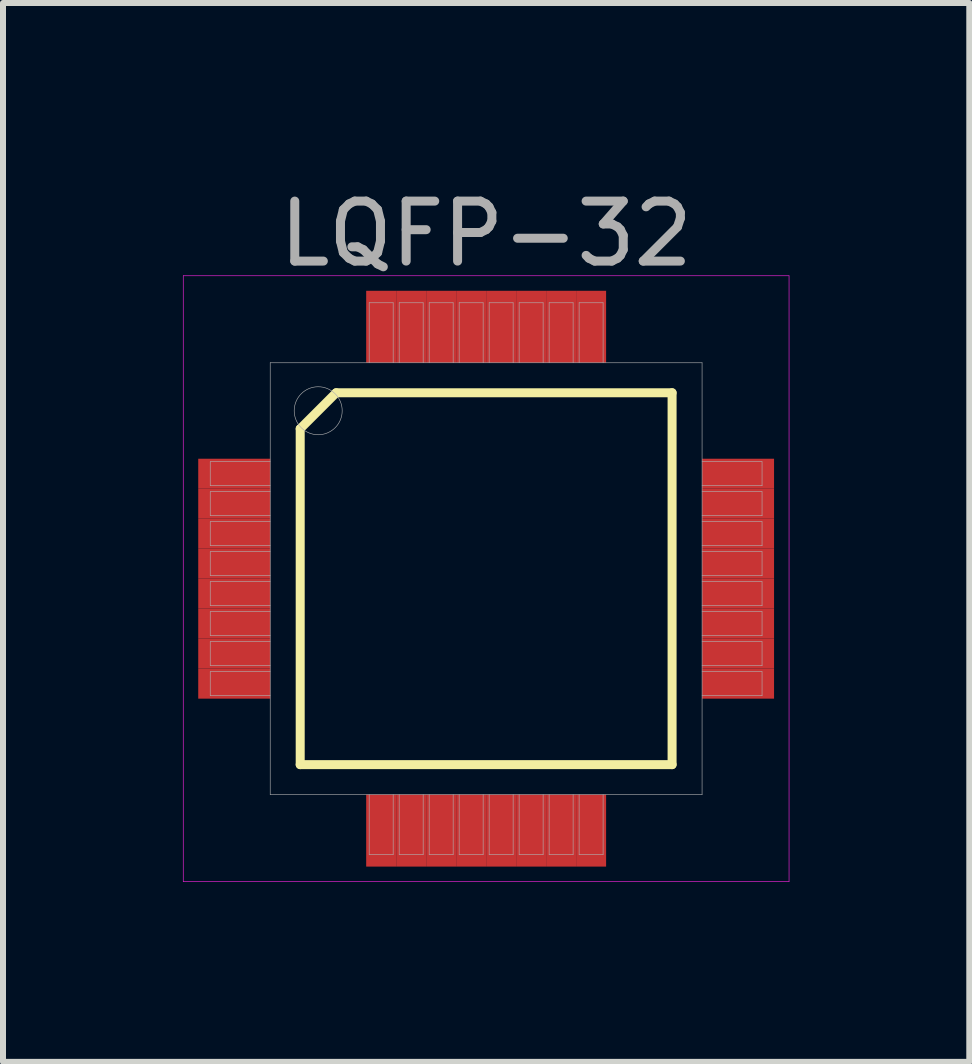
<source format=kicad_pcb>
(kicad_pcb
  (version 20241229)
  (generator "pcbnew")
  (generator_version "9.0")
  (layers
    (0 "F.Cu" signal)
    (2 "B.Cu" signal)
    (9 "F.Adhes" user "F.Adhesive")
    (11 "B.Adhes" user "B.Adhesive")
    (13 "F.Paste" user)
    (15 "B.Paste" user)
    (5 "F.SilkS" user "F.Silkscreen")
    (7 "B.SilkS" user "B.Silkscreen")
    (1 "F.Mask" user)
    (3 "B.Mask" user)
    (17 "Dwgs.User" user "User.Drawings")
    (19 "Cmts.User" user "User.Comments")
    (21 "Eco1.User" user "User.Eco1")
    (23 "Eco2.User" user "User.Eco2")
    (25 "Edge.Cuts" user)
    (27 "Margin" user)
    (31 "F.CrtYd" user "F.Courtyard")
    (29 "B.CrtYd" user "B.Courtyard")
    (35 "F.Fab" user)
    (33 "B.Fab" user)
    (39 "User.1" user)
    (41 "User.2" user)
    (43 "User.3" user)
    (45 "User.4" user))
  (footprint "LQFP-32"
    (layer "F.Cu")
    (at 5.055 6.598)
    (property "Reference" "LQFP-32" (at 0 -5.75 0) (layer "F.Fab") (effects (font (size 1 1) (thickness 0.15))))
    (attr through_hole)
    (fp_line (start -3.1 -2.5) (end -2.5 -3.1) (stroke (width 0.15) (type solid)) (layer "F.SilkS"))
    (fp_line (start -3.1 3.1) (end -3.1 -2.5) (stroke (width 0.15) (type solid)) (layer "F.SilkS"))
    (fp_line (start -2.5 -3.1) (end 3.1 -3.1) (stroke (width 0.15) (type solid)) (layer "F.SilkS"))
    (fp_line (start 3.1 -3.1) (end 3.1 3.1) (stroke (width 0.15) (type solid)) (layer "F.SilkS"))
    (fp_line (start 3.1 3.1) (end -3.1 3.1) (stroke (width 0.15) (type solid)) (layer "F.SilkS"))
    (fp_line (start -5.05 -5.05) (end 5.05 -5.05) (stroke (width 0.01) (type solid)) (layer "F.CrtYd"))
    (fp_line (start -5.05 5.05) (end -5.05 -5.05) (stroke (width 0.01) (type solid)) (layer "F.CrtYd"))
    (fp_line (start 5.05 -5.05) (end 5.05 5.05) (stroke (width 0.01) (type solid)) (layer "F.CrtYd"))
    (fp_line (start 5.05 5.05) (end -5.05 5.05) (stroke (width 0.01) (type solid)) (layer "F.CrtYd"))
    (fp_line (start -4.6 -1.95) (end -3.6 -1.95) (stroke (width 0.01) (type solid)) (layer "F.Fab"))
    (fp_line (start -4.6 -1.55) (end -4.6 -1.95) (stroke (width 0.01) (type solid)) (layer "F.Fab"))
    (fp_line (start -4.6 -1.45) (end -3.6 -1.45) (stroke (width 0.01) (type solid)) (layer "F.Fab"))
    (fp_line (start -4.6 -1.05) (end -4.6 -1.45) (stroke (width 0.01) (type solid)) (layer "F.Fab"))
    (fp_line (start -4.6 -0.95) (end -3.6 -0.95) (stroke (width 0.01) (type solid)) (layer "F.Fab"))
    (fp_line (start -4.6 -0.55) (end -4.6 -0.95) (stroke (width 0.01) (type solid)) (layer "F.Fab"))
    (fp_line (start -4.6 -0.45) (end -3.6 -0.45) (stroke (width 0.01) (type solid)) (layer "F.Fab"))
    (fp_line (start -4.6 -0.05) (end -4.6 -0.45) (stroke (width 0.01) (type solid)) (layer "F.Fab"))
    (fp_line (start -4.6 0.05) (end -3.6 0.05) (stroke (width 0.01) (type solid)) (layer "F.Fab"))
    (fp_line (start -4.6 0.45) (end -4.6 0.05) (stroke (width 0.01) (type solid)) (layer "F.Fab"))
    (fp_line (start -4.6 0.55) (end -3.6 0.55) (stroke (width 0.01) (type solid)) (layer "F.Fab"))
    (fp_line (start -4.6 0.95) (end -4.6 0.55) (stroke (width 0.01) (type solid)) (layer "F.Fab"))
    (fp_line (start -4.6 1.05) (end -3.6 1.05) (stroke (width 0.01) (type solid)) (layer "F.Fab"))
    (fp_line (start -4.6 1.45) (end -4.6 1.05) (stroke (width 0.01) (type solid)) (layer "F.Fab"))
    (fp_line (start -4.6 1.55) (end -3.6 1.55) (stroke (width 0.01) (type solid)) (layer "F.Fab"))
    (fp_line (start -4.6 1.95) (end -4.6 1.55) (stroke (width 0.01) (type solid)) (layer "F.Fab"))
    (fp_line (start -3.6 -3.6) (end 3.6 -3.6) (stroke (width 0.01) (type solid)) (layer "F.Fab"))
    (fp_line (start -3.6 -1.55) (end -4.6 -1.55) (stroke (width 0.01) (type solid)) (layer "F.Fab"))
    (fp_line (start -3.6 -1.05) (end -4.6 -1.05) (stroke (width 0.01) (type solid)) (layer "F.Fab"))
    (fp_line (start -3.6 -0.55) (end -4.6 -0.55) (stroke (width 0.01) (type solid)) (layer "F.Fab"))
    (fp_line (start -3.6 -0.05) (end -4.6 -0.05) (stroke (width 0.01) (type solid)) (layer "F.Fab"))
    (fp_line (start -3.6 0.45) (end -4.6 0.45) (stroke (width 0.01) (type solid)) (layer "F.Fab"))
    (fp_line (start -3.6 0.95) (end -4.6 0.95) (stroke (width 0.01) (type solid)) (layer "F.Fab"))
    (fp_line (start -3.6 1.45) (end -4.6 1.45) (stroke (width 0.01) (type solid)) (layer "F.Fab"))
    (fp_line (start -3.6 1.95) (end -4.6 1.95) (stroke (width 0.01) (type solid)) (layer "F.Fab"))
    (fp_line (start -3.6 3.6) (end -3.6 -3.6) (stroke (width 0.01) (type solid)) (layer "F.Fab"))
    (fp_line (start -1.95 -4.6) (end -1.55 -4.6) (stroke (width 0.01) (type solid)) (layer "F.Fab"))
    (fp_line (start -1.95 -3.6) (end -1.95 -4.6) (stroke (width 0.01) (type solid)) (layer "F.Fab"))
    (fp_line (start -1.95 4.6) (end -1.95 3.6) (stroke (width 0.01) (type solid)) (layer "F.Fab"))
    (fp_line (start -1.55 -4.6) (end -1.55 -3.6) (stroke (width 0.01) (type solid)) (layer "F.Fab"))
    (fp_line (start -1.55 3.6) (end -1.55 4.6) (stroke (width 0.01) (type solid)) (layer "F.Fab"))
    (fp_line (start -1.55 4.6) (end -1.95 4.6) (stroke (width 0.01) (type solid)) (layer "F.Fab"))
    (fp_line (start -1.45 -4.6) (end -1.05 -4.6) (stroke (width 0.01) (type solid)) (layer "F.Fab"))
    (fp_line (start -1.45 -3.6) (end -1.45 -4.6) (stroke (width 0.01) (type solid)) (layer "F.Fab"))
    (fp_line (start -1.45 4.6) (end -1.45 3.6) (stroke (width 0.01) (type solid)) (layer "F.Fab"))
    (fp_line (start -1.05 -4.6) (end -1.05 -3.6) (stroke (width 0.01) (type solid)) (layer "F.Fab"))
    (fp_line (start -1.05 3.6) (end -1.05 4.6) (stroke (width 0.01) (type solid)) (layer "F.Fab"))
    (fp_line (start -1.05 4.6) (end -1.45 4.6) (stroke (width 0.01) (type solid)) (layer "F.Fab"))
    (fp_line (start -0.95 -4.6) (end -0.55 -4.6) (stroke (width 0.01) (type solid)) (layer "F.Fab"))
    (fp_line (start -0.95 -3.6) (end -0.95 -4.6) (stroke (width 0.01) (type solid)) (layer "F.Fab"))
    (fp_line (start -0.95 4.6) (end -0.95 3.6) (stroke (width 0.01) (type solid)) (layer "F.Fab"))
    (fp_line (start -0.55 -4.6) (end -0.55 -3.6) (stroke (width 0.01) (type solid)) (layer "F.Fab"))
    (fp_line (start -0.55 3.6) (end -0.55 4.6) (stroke (width 0.01) (type solid)) (layer "F.Fab"))
    (fp_line (start -0.55 4.6) (end -0.95 4.6) (stroke (width 0.01) (type solid)) (layer "F.Fab"))
    (fp_line (start -0.45 -4.6) (end -0.05 -4.6) (stroke (width 0.01) (type solid)) (layer "F.Fab"))
    (fp_line (start -0.45 -3.6) (end -0.45 -4.6) (stroke (width 0.01) (type solid)) (layer "F.Fab"))
    (fp_line (start -0.45 4.6) (end -0.45 3.6) (stroke (width 0.01) (type solid)) (layer "F.Fab"))
    (fp_line (start -0.05 -4.6) (end -0.05 -3.6) (stroke (width 0.01) (type solid)) (layer "F.Fab"))
    (fp_line (start -0.05 3.6) (end -0.05 4.6) (stroke (width 0.01) (type solid)) (layer "F.Fab"))
    (fp_line (start -0.05 4.6) (end -0.45 4.6) (stroke (width 0.01) (type solid)) (layer "F.Fab"))
    (fp_line (start 0.05 -4.6) (end 0.45 -4.6) (stroke (width 0.01) (type solid)) (layer "F.Fab"))
    (fp_line (start 0.05 -3.6) (end 0.05 -4.6) (stroke (width 0.01) (type solid)) (layer "F.Fab"))
    (fp_line (start 0.05 4.6) (end 0.05 3.6) (stroke (width 0.01) (type solid)) (layer "F.Fab"))
    (fp_line (start 0.45 -4.6) (end 0.45 -3.6) (stroke (width 0.01) (type solid)) (layer "F.Fab"))
    (fp_line (start 0.45 3.6) (end 0.45 4.6) (stroke (width 0.01) (type solid)) (layer "F.Fab"))
    (fp_line (start 0.45 4.6) (end 0.05 4.6) (stroke (width 0.01) (type solid)) (layer "F.Fab"))
    (fp_line (start 0.55 -4.6) (end 0.95 -4.6) (stroke (width 0.01) (type solid)) (layer "F.Fab"))
    (fp_line (start 0.55 -3.6) (end 0.55 -4.6) (stroke (width 0.01) (type solid)) (layer "F.Fab"))
    (fp_line (start 0.55 4.6) (end 0.55 3.6) (stroke (width 0.01) (type solid)) (layer "F.Fab"))
    (fp_line (start 0.95 -4.6) (end 0.95 -3.6) (stroke (width 0.01) (type solid)) (layer "F.Fab"))
    (fp_line (start 0.95 3.6) (end 0.95 4.6) (stroke (width 0.01) (type solid)) (layer "F.Fab"))
    (fp_line (start 0.95 4.6) (end 0.55 4.6) (stroke (width 0.01) (type solid)) (layer "F.Fab"))
    (fp_line (start 1.05 -4.6) (end 1.45 -4.6) (stroke (width 0.01) (type solid)) (layer "F.Fab"))
    (fp_line (start 1.05 -3.6) (end 1.05 -4.6) (stroke (width 0.01) (type solid)) (layer "F.Fab"))
    (fp_line (start 1.05 4.6) (end 1.05 3.6) (stroke (width 0.01) (type solid)) (layer "F.Fab"))
    (fp_line (start 1.45 -4.6) (end 1.45 -3.6) (stroke (width 0.01) (type solid)) (layer "F.Fab"))
    (fp_line (start 1.45 3.6) (end 1.45 4.6) (stroke (width 0.01) (type solid)) (layer "F.Fab"))
    (fp_line (start 1.45 4.6) (end 1.05 4.6) (stroke (width 0.01) (type solid)) (layer "F.Fab"))
    (fp_line (start 1.55 -4.6) (end 1.95 -4.6) (stroke (width 0.01) (type solid)) (layer "F.Fab"))
    (fp_line (start 1.55 -3.6) (end 1.55 -4.6) (stroke (width 0.01) (type solid)) (layer "F.Fab"))
    (fp_line (start 1.55 4.6) (end 1.55 3.6) (stroke (width 0.01) (type solid)) (layer "F.Fab"))
    (fp_line (start 1.95 -4.6) (end 1.95 -3.6) (stroke (width 0.01) (type solid)) (layer "F.Fab"))
    (fp_line (start 1.95 3.6) (end 1.95 4.6) (stroke (width 0.01) (type solid)) (layer "F.Fab"))
    (fp_line (start 1.95 4.6) (end 1.55 4.6) (stroke (width 0.01) (type solid)) (layer "F.Fab"))
    (fp_line (start 3.6 -3.6) (end 3.6 3.6) (stroke (width 0.01) (type solid)) (layer "F.Fab"))
    (fp_line (start 3.6 -1.95) (end 4.6 -1.95) (stroke (width 0.01) (type solid)) (layer "F.Fab"))
    (fp_line (start 3.6 -1.45) (end 4.6 -1.45) (stroke (width 0.01) (type solid)) (layer "F.Fab"))
    (fp_line (start 3.6 -0.95) (end 4.6 -0.95) (stroke (width 0.01) (type solid)) (layer "F.Fab"))
    (fp_line (start 3.6 -0.45) (end 4.6 -0.45) (stroke (width 0.01) (type solid)) (layer "F.Fab"))
    (fp_line (start 3.6 0.05) (end 4.6 0.05) (stroke (width 0.01) (type solid)) (layer "F.Fab"))
    (fp_line (start 3.6 0.55) (end 4.6 0.55) (stroke (width 0.01) (type solid)) (layer "F.Fab"))
    (fp_line (start 3.6 1.05) (end 4.6 1.05) (stroke (width 0.01) (type solid)) (layer "F.Fab"))
    (fp_line (start 3.6 1.55) (end 4.6 1.55) (stroke (width 0.01) (type solid)) (layer "F.Fab"))
    (fp_line (start 3.6 3.6) (end -3.6 3.6) (stroke (width 0.01) (type solid)) (layer "F.Fab"))
    (fp_line (start 4.6 -1.95) (end 4.6 -1.55) (stroke (width 0.01) (type solid)) (layer "F.Fab"))
    (fp_line (start 4.6 -1.55) (end 3.6 -1.55) (stroke (width 0.01) (type solid)) (layer "F.Fab"))
    (fp_line (start 4.6 -1.45) (end 4.6 -1.05) (stroke (width 0.01) (type solid)) (layer "F.Fab"))
    (fp_line (start 4.6 -1.05) (end 3.6 -1.05) (stroke (width 0.01) (type solid)) (layer "F.Fab"))
    (fp_line (start 4.6 -0.95) (end 4.6 -0.55) (stroke (width 0.01) (type solid)) (layer "F.Fab"))
    (fp_line (start 4.6 -0.55) (end 3.6 -0.55) (stroke (width 0.01) (type solid)) (layer "F.Fab"))
    (fp_line (start 4.6 -0.45) (end 4.6 -0.05) (stroke (width 0.01) (type solid)) (layer "F.Fab"))
    (fp_line (start 4.6 -0.05) (end 3.6 -0.05) (stroke (width 0.01) (type solid)) (layer "F.Fab"))
    (fp_line (start 4.6 0.05) (end 4.6 0.45) (stroke (width 0.01) (type solid)) (layer "F.Fab"))
    (fp_line (start 4.6 0.45) (end 3.6 0.45) (stroke (width 0.01) (type solid)) (layer "F.Fab"))
    (fp_line (start 4.6 0.55) (end 4.6 0.95) (stroke (width 0.01) (type solid)) (layer "F.Fab"))
    (fp_line (start 4.6 0.95) (end 3.6 0.95) (stroke (width 0.01) (type solid)) (layer "F.Fab"))
    (fp_line (start 4.6 1.05) (end 4.6 1.45) (stroke (width 0.01) (type solid)) (layer "F.Fab"))
    (fp_line (start 4.6 1.45) (end 3.6 1.45) (stroke (width 0.01) (type solid)) (layer "F.Fab"))
    (fp_line (start 4.6 1.55) (end 4.6 1.95) (stroke (width 0.01) (type solid)) (layer "F.Fab"))
    (fp_line (start 4.6 1.95) (end 3.6 1.95) (stroke (width 0.01) (type solid)) (layer "F.Fab"))
    (fp_circle (center -2.8 -2.8) (end -2.8 -2.4) (stroke (width 0.01) (type solid)) (fill no) (layer "F.Fab"))
    (pad "1" smd rect (at -4.2 -1.75) (size 1.2 0.5) (layers "F.Cu" "F.Mask" "F.Paste"))
    (pad "2" smd rect (at -4.2 -1.25) (size 1.2 0.5) (layers "F.Cu" "F.Mask" "F.Paste"))
    (pad "3" smd rect (at -4.2 -0.75) (size 1.2 0.5) (layers "F.Cu" "F.Mask" "F.Paste"))
    (pad "4" smd rect (at -4.2 -0.25) (size 1.2 0.5) (layers "F.Cu" "F.Mask" "F.Paste"))
    (pad "5" smd rect (at -4.2 0.25) (size 1.2 0.5) (layers "F.Cu" "F.Mask" "F.Paste"))
    (pad "6" smd rect (at -4.2 0.75) (size 1.2 0.5) (layers "F.Cu" "F.Mask" "F.Paste"))
    (pad "7" smd rect (at -4.2 1.25) (size 1.2 0.5) (layers "F.Cu" "F.Mask" "F.Paste"))
    (pad "8" smd rect (at -4.2 1.75) (size 1.2 0.5) (layers "F.Cu" "F.Mask" "F.Paste"))
    (pad "9" smd rect (at -1.75 4.2) (size 0.5 1.2) (layers "F.Cu" "F.Mask" "F.Paste"))
    (pad "10" smd rect (at -1.25 4.2) (size 0.5 1.2) (layers "F.Cu" "F.Mask" "F.Paste"))
    (pad "11" smd rect (at -0.75 4.2) (size 0.5 1.2) (layers "F.Cu" "F.Mask" "F.Paste"))
    (pad "12" smd rect (at -0.25 4.2) (size 0.5 1.2) (layers "F.Cu" "F.Mask" "F.Paste"))
    (pad "13" smd rect (at 0.25 4.2) (size 0.5 1.2) (layers "F.Cu" "F.Mask" "F.Paste"))
    (pad "14" smd rect (at 0.75 4.2) (size 0.5 1.2) (layers "F.Cu" "F.Mask" "F.Paste"))
    (pad "15" smd rect (at 1.25 4.2) (size 0.5 1.2) (layers "F.Cu" "F.Mask" "F.Paste"))
    (pad "16" smd rect (at 1.75 4.2) (size 0.5 1.2) (layers "F.Cu" "F.Mask" "F.Paste"))
    (pad "17" smd rect (at 4.2 1.75) (size 1.2 0.5) (layers "F.Cu" "F.Mask" "F.Paste"))
    (pad "18" smd rect (at 4.2 1.25) (size 1.2 0.5) (layers "F.Cu" "F.Mask" "F.Paste"))
    (pad "19" smd rect (at 4.2 0.75) (size 1.2 0.5) (layers "F.Cu" "F.Mask" "F.Paste"))
    (pad "20" smd rect (at 4.2 0.25) (size 1.2 0.5) (layers "F.Cu" "F.Mask" "F.Paste"))
    (pad "21" smd rect (at 4.2 -0.25) (size 1.2 0.5) (layers "F.Cu" "F.Mask" "F.Paste"))
    (pad "22" smd rect (at 4.2 -0.75) (size 1.2 0.5) (layers "F.Cu" "F.Mask" "F.Paste"))
    (pad "23" smd rect (at 4.2 -1.25) (size 1.2 0.5) (layers "F.Cu" "F.Mask" "F.Paste"))
    (pad "24" smd rect (at 4.2 -1.75) (size 1.2 0.5) (layers "F.Cu" "F.Mask" "F.Paste"))
    (pad "25" smd rect (at 1.75 -4.2) (size 0.5 1.2) (layers "F.Cu" "F.Mask" "F.Paste"))
    (pad "26" smd rect (at 1.25 -4.2) (size 0.5 1.2) (layers "F.Cu" "F.Mask" "F.Paste"))
    (pad "27" smd rect (at 0.75 -4.2) (size 0.5 1.2) (layers "F.Cu" "F.Mask" "F.Paste"))
    (pad "28" smd rect (at 0.25 -4.2) (size 0.5 1.2) (layers "F.Cu" "F.Mask" "F.Paste"))
    (pad "29" smd rect (at -0.25 -4.2) (size 0.5 1.2) (layers "F.Cu" "F.Mask" "F.Paste"))
    (pad "30" smd rect (at -0.75 -4.2) (size 0.5 1.2) (layers "F.Cu" "F.Mask" "F.Paste"))
    (pad "31" smd rect (at -1.25 -4.2) (size 0.5 1.2) (layers "F.Cu" "F.Mask" "F.Paste"))
    (pad "32" smd rect (at -1.75 -4.2) (size 0.5 1.2) (layers "F.Cu" "F.Mask" "F.Paste")))
  (gr_rect
    (start -3 -3)
    (end 13.11 14.653)
    (stroke (width 0.1) (type default))
    (fill no)
    (layer "Edge.Cuts")))
</source>
